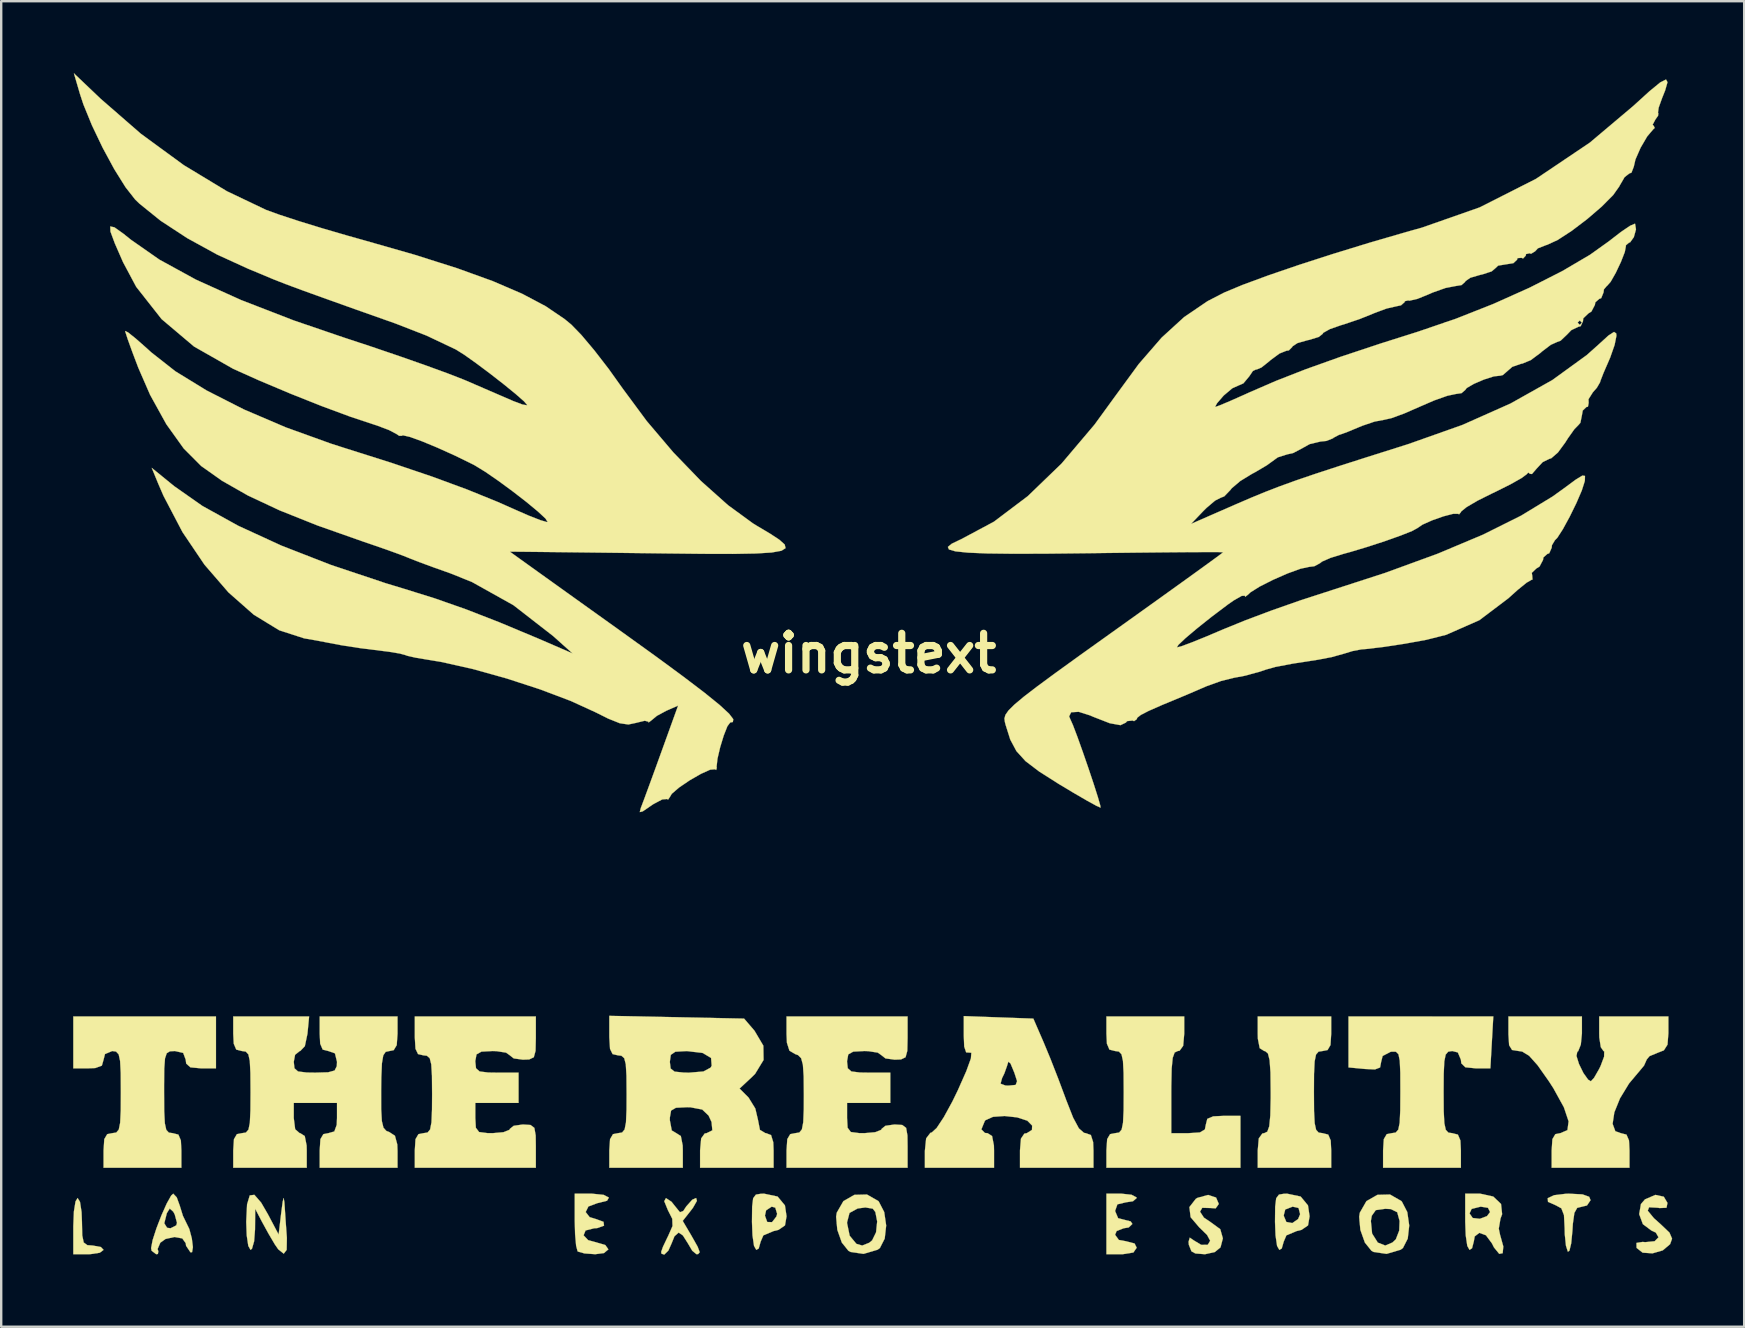
<source format=kicad_pcb>
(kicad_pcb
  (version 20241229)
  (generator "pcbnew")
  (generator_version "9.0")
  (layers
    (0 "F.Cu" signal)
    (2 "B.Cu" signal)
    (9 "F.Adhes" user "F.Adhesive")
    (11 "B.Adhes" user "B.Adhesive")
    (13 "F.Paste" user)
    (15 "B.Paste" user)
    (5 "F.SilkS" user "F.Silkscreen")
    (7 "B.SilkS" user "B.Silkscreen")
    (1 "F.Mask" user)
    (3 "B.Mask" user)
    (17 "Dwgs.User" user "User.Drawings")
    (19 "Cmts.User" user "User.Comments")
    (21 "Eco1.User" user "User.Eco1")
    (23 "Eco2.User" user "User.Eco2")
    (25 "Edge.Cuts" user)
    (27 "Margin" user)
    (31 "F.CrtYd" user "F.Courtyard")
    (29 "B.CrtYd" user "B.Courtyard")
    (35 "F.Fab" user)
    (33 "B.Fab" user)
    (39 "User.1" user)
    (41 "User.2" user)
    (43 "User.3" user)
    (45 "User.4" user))
  (footprint "wingstext"
    (layer "F.Cu")
    (at 33.151 24.177)
    (property "Reference" "wingstext" (at 0 0 0) (layer "F.SilkS") (effects (font (size 1.524 1.524) (thickness 0.3))))
    (attr through_hole)
    (fp_poly (pts (xy -32.867 22.861) (xy -32.802 23.281) (xy -32.786 23.689) (xy -32.774 24.256) (xy -32.712 24.552) (xy -32.56 24.663) (xy -32.335 24.679) (xy -31.997 24.741) (xy -31.885 24.86) (xy -32.043 24.979) (xy -32.433 25.038) (xy -32.516 25.04) (xy -33.146 25.04) (xy -33.146 23.869) (xy -33.121 23.257) (xy -33.053 22.838) (xy -32.966 22.698) (xy -32.867 22.861)) (stroke (width 0.01) (type solid)) (fill yes) (layer "F.SilkS"))
    (fp_poly (pts (xy 29.749 22.547) (xy 30.026 22.647) (xy 30.084 22.788) (xy 29.934 23.009) (xy 29.732 23.058) (xy 29.527 23.109) (xy 29.409 23.317) (xy 29.346 23.766) (xy 29.327 24.065) (xy 29.277 24.585) (xy 29.202 24.895) (xy 29.138 24.936) (xy 29.058 24.688) (xy 29.009 24.216) (xy 29.003 23.95) (xy 28.975 23.41) (xy 28.866 23.128) (xy 28.643 23.006) (xy 28.31 22.859) (xy 28.297 22.706) (xy 28.564 22.581) (xy 29.072 22.519) (xy 29.183 22.518) (xy 29.749 22.547)) (stroke (width 0.01) (type solid)) (fill yes) (layer "F.SilkS"))
    (fp_poly (pts (xy 10.955 22.563) (xy 11.163 22.674) (xy 11.169 22.698) (xy 11.015 22.833) (xy 10.718 22.878) (xy 10.365 22.962) (xy 10.268 23.238) (xy 10.395 23.539) (xy 10.628 23.599) (xy 10.921 23.674) (xy 10.989 23.779) (xy 10.838 23.925) (xy 10.628 23.959) (xy 10.335 24.072) (xy 10.268 24.229) (xy 10.425 24.446) (xy 10.718 24.499) (xy 11.081 24.593) (xy 11.169 24.77) (xy 11.032 24.969) (xy 10.596 25.039) (xy 10.538 25.04) (xy 9.908 25.04) (xy 9.908 22.518) (xy 10.538 22.518) (xy 10.955 22.563)) (stroke (width 0.01) (type solid)) (fill yes) (layer "F.SilkS"))
    (fp_poly (pts (xy -25.319 22.888) (xy -25.039 23.37) (xy -24.589 24.222) (xy -24.483 23.325) (xy -24.419 22.843) (xy -24.379 22.699) (xy -24.35 22.872) (xy -24.337 23.058) (xy -24.294 23.7) (xy -24.246 24.361) (xy -24.246 24.364) (xy -24.255 24.86) (xy -24.377 25.019) (xy -24.606 24.836) (xy -24.746 24.634) (xy -25.017 24.174) (xy -25.283 23.689) (xy -25.566 23.148) (xy -25.573 24.004) (xy -25.611 24.503) (xy -25.7 24.811) (xy -25.76 24.86) (xy -25.854 24.694) (xy -25.919 24.256) (xy -25.94 23.689) (xy -25.905 22.964) (xy -25.793 22.59) (xy -25.6 22.565) (xy -25.319 22.888)) (stroke (width 0.01) (type solid)) (fill yes) (layer "F.SilkS"))
    (fp_poly (pts (xy -11.044 22.567) (xy -10.826 22.681) (xy -10.903 22.812) (xy -11.302 22.911) (xy -11.304 22.911) (xy -11.68 23.051) (xy -11.794 23.283) (xy -11.629 23.495) (xy -11.394 23.566) (xy -11.05 23.69) (xy -11.029 23.851) (xy -11.32 23.954) (xy -11.439 23.959) (xy -11.799 24.051) (xy -11.881 24.253) (xy -11.691 24.454) (xy -11.408 24.532) (xy -10.974 24.658) (xy -10.848 24.839) (xy -11.032 24.993) (xy -11.394 25.04) (xy -11.844 25.008) (xy -12.118 24.929) (xy -12.13 24.92) (xy -12.192 24.689) (xy -12.235 24.208) (xy -12.25 23.659) (xy -12.25 22.518) (xy -11.529 22.518) (xy -11.044 22.567)) (stroke (width 0.01) (type solid)) (fill yes) (layer "F.SilkS"))
    (fp_poly (pts (xy -3.796 22.637) (xy -3.49 23.006) (xy -3.423 23.459) (xy -3.488 23.84) (xy -3.757 24.025) (xy -3.963 24.076) (xy -4.39 24.255) (xy -4.504 24.522) (xy -4.583 24.802) (xy -4.684 24.86) (xy -4.778 24.694) (xy -4.842 24.256) (xy -4.864 23.689) (xy -4.861 23.433) (xy -4.323 23.433) (xy -4.228 23.698) (xy -4.028 23.704) (xy -3.847 23.472) (xy -3.815 23.358) (xy -3.892 23.101) (xy -4.04 23.058) (xy -4.274 23.21) (xy -4.323 23.433) (xy -4.861 23.433) (xy -4.857 23.06) (xy -4.815 22.709) (xy -4.7 22.556) (xy -4.48 22.519) (xy -4.359 22.518) (xy -3.796 22.637)) (stroke (width 0.01) (type solid)) (fill yes) (layer "F.SilkS"))
    (fp_poly (pts (xy 18.002 22.637) (xy 18.307 23.006) (xy 18.374 23.459) (xy 18.309 23.84) (xy 18.04 24.025) (xy 17.834 24.076) (xy 17.407 24.255) (xy 17.294 24.522) (xy 17.214 24.802) (xy 17.113 24.86) (xy 17.019 24.694) (xy 16.955 24.256) (xy 16.933 23.689) (xy 16.936 23.432) (xy 17.294 23.432) (xy 17.407 23.699) (xy 17.654 23.742) (xy 17.895 23.576) (xy 17.98 23.371) (xy 17.914 23.115) (xy 17.667 23.058) (xy 17.359 23.177) (xy 17.294 23.432) (xy 16.936 23.432) (xy 16.94 23.06) (xy 16.982 22.709) (xy 17.097 22.556) (xy 17.317 22.519) (xy 17.438 22.518) (xy 18.002 22.637)) (stroke (width 0.01) (type solid)) (fill yes) (layer "F.SilkS"))
    (fp_poly (pts (xy 33.135 22.644) (xy 33.288 22.902) (xy 33.248 23.104) (xy 32.961 23.117) (xy 32.885 23.104) (xy 32.521 23.084) (xy 32.467 23.228) (xy 32.724 23.54) (xy 33.011 23.797) (xy 33.373 24.142) (xy 33.48 24.393) (xy 33.398 24.621) (xy 33.093 24.88) (xy 32.664 25.004) (xy 32.253 24.976) (xy 32.005 24.781) (xy 32.001 24.773) (xy 31.996 24.57) (xy 32.253 24.528) (xy 32.365 24.538) (xy 32.753 24.499) (xy 32.915 24.336) (xy 32.803 24.14) (xy 32.616 24.052) (xy 32.263 23.787) (xy 32.109 23.37) (xy 32.183 22.949) (xy 32.35 22.755) (xy 32.785 22.568) (xy 33.135 22.644)) (stroke (width 0.01) (type solid)) (fill yes) (layer "F.SilkS"))
    (fp_poly (pts (xy 14.477 22.679) (xy 14.591 22.946) (xy 14.46 23.129) (xy 14.252 23.116) (xy 13.901 23.106) (xy 13.807 23.268) (xy 13.971 23.516) (xy 14.225 23.686) (xy 14.652 23.998) (xy 14.76 24.38) (xy 14.662 24.755) (xy 14.426 24.949) (xy 14.016 25.041) (xy 13.613 25.009) (xy 13.451 24.92) (xy 13.342 24.65) (xy 13.33 24.523) (xy 13.381 24.349) (xy 13.547 24.463) (xy 13.858 24.651) (xy 14.132 24.646) (xy 14.231 24.48) (xy 14.102 24.239) (xy 13.79 23.934) (xy 13.781 23.927) (xy 13.416 23.498) (xy 13.365 23.077) (xy 13.632 22.733) (xy 13.705 22.69) (xy 14.146 22.57) (xy 14.477 22.679)) (stroke (width 0.01) (type solid)) (fill yes) (layer "F.SilkS"))
    (fp_poly (pts (xy 22.197 22.823) (xy 22.22 22.847) (xy 22.446 23.285) (xy 22.526 23.844) (xy 22.465 24.389) (xy 22.265 24.781) (xy 22.169 24.853) (xy 21.583 25.026) (xy 21.045 24.948) (xy 20.953 24.898) (xy 20.678 24.556) (xy 20.49 24.026) (xy 20.456 23.655) (xy 20.928 23.655) (xy 20.979 24.179) (xy 21.217 24.556) (xy 21.527 24.679) (xy 21.825 24.553) (xy 21.968 24.42) (xy 22.109 24.056) (xy 22.125 23.655) (xy 22.026 23.291) (xy 21.761 23.16) (xy 21.527 23.148) (xy 21.133 23.203) (xy 20.966 23.437) (xy 20.928 23.655) (xy 20.456 23.655) (xy 20.441 23.478) (xy 20.467 23.311) (xy 20.743 22.828) (xy 21.201 22.566) (xy 21.725 22.553) (xy 22.197 22.823)) (stroke (width 0.01) (type solid)) (fill yes) (layer "F.SilkS"))
    (fp_poly (pts (xy 26.028 22.637) (xy 26.352 22.946) (xy 26.398 23.373) (xy 26.33 23.554) (xy 26.258 23.974) (xy 26.311 24.229) (xy 26.447 24.717) (xy 26.421 24.998) (xy 26.277 25.026) (xy 26.057 24.756) (xy 25.973 24.589) (xy 25.722 24.25) (xy 25.448 24.15) (xy 25.255 24.299) (xy 25.22 24.499) (xy 25.144 24.792) (xy 25.04 24.86) (xy 24.946 24.694) (xy 24.881 24.256) (xy 24.86 23.689) (xy 24.86 23.341) (xy 25.04 23.341) (xy 25.173 23.531) (xy 25.468 23.565) (xy 25.766 23.453) (xy 25.896 23.283) (xy 25.808 23.107) (xy 25.505 23.058) (xy 25.127 23.153) (xy 25.04 23.341) (xy 24.86 23.341) (xy 24.86 22.518) (xy 25.484 22.518) (xy 26.028 22.637)) (stroke (width 0.01) (type solid)) (fill yes) (layer "F.SilkS"))
    (fp_poly (pts (xy -7.158 22.817) (xy -7.326 23.111) (xy -7.375 23.175) (xy -7.75 23.652) (xy -7.388 24.266) (xy -7.128 24.726) (xy -7.041 24.957) (xy -7.106 25.034) (xy -7.177 25.04) (xy -7.354 24.894) (xy -7.533 24.589) (xy -7.743 24.258) (xy -7.919 24.139) (xy -8.093 24.292) (xy -8.213 24.589) (xy -8.348 24.89) (xy -8.521 25.058) (xy -8.637 25.016) (xy -8.647 24.941) (xy -8.572 24.729) (xy -8.388 24.342) (xy -8.356 24.279) (xy -8.175 23.867) (xy -8.185 23.564) (xy -8.366 23.207) (xy -8.52 22.831) (xy -8.448 22.702) (xy -8.217 22.854) (xy -8.063 23.047) (xy -7.866 23.29) (xy -7.726 23.237) (xy -7.601 23.047) (xy -7.353 22.77) (xy -7.191 22.698) (xy -7.158 22.817)) (stroke (width 0.01) (type solid)) (fill yes) (layer "F.SilkS"))
    (fp_poly (pts (xy 0.4 22.823) (xy 0.422 22.847) (xy 0.648 23.285) (xy 0.729 23.844) (xy 0.668 24.389) (xy 0.468 24.781) (xy 0.372 24.853) (xy -0.214 25.026) (xy -0.752 24.948) (xy -0.844 24.898) (xy -1.119 24.556) (xy -1.307 24.026) (xy -1.333 23.746) (xy -0.901 23.746) (xy -0.792 24.27) (xy -0.512 24.608) (xy -0.27 24.679) (xy 0.021 24.564) (xy 0.144 24.463) (xy 0.308 24.126) (xy 0.354 23.675) (xy 0.278 23.281) (xy 0.17 23.142) (xy -0.138 23.092) (xy -0.461 23.135) (xy -0.799 23.32) (xy -0.9 23.708) (xy -0.901 23.746) (xy -1.333 23.746) (xy -1.357 23.478) (xy -1.331 23.311) (xy -1.054 22.828) (xy -0.596 22.566) (xy -0.072 22.553) (xy 0.4 22.823)) (stroke (width 0.01) (type solid)) (fill yes) (layer "F.SilkS"))
    (fp_poly (pts (xy 19.275 15.852) (xy 19.245 16.324) (xy 19.123 16.532) (xy 18.915 16.573) (xy 18.747 16.599) (xy 18.642 16.721) (xy 18.584 17.006) (xy 18.559 17.521) (xy 18.555 18.284) (xy 18.56 19.08) (xy 18.586 19.582) (xy 18.646 19.857) (xy 18.754 19.973) (xy 18.915 19.996) (xy 19.151 20.056) (xy 19.255 20.3) (xy 19.275 20.716) (xy 19.275 21.437) (xy 16.213 21.437) (xy 16.213 20.716) (xy 16.257 20.215) (xy 16.405 20.009) (xy 16.483 19.996) (xy 16.612 19.934) (xy 16.693 19.71) (xy 16.737 19.263) (xy 16.753 18.533) (xy 16.753 18.284) (xy 16.744 17.469) (xy 16.708 16.952) (xy 16.638 16.675) (xy 16.522 16.577) (xy 16.483 16.573) (xy 16.295 16.454) (xy 16.218 16.06) (xy 16.213 15.852) (xy 16.213 15.132) (xy 19.275 15.132) (xy 19.275 15.852)) (stroke (width 0.01) (type solid)) (fill yes) (layer "F.SilkS"))
    (fp_poly (pts (xy -28.835 22.672) (xy -28.711 23.013) (xy -28.578 23.442) (xy -28.458 23.689) (xy -28.311 23.991) (xy -28.207 24.383) (xy -28.162 24.746) (xy -28.197 24.957) (xy -28.263 24.962) (xy -28.447 24.689) (xy -28.462 24.579) (xy -28.605 24.382) (xy -28.934 24.324) (xy -29.303 24.405) (xy -29.52 24.561) (xy -29.634 24.824) (xy -29.602 24.921) (xy -29.621 25.03) (xy -29.693 25.04) (xy -29.883 24.896) (xy -29.904 24.786) (xy -29.841 24.454) (xy -29.682 23.962) (xy -29.601 23.752) (xy -29.355 23.752) (xy -29.237 23.939) (xy -29.093 23.959) (xy -28.855 23.838) (xy -28.825 23.734) (xy -28.919 23.384) (xy -28.981 23.268) (xy -29.128 23.137) (xy -29.248 23.328) (xy -29.355 23.752) (xy -29.601 23.752) (xy -29.471 23.417) (xy -29.252 22.926) (xy -29.067 22.596) (xy -28.981 22.518) (xy -28.835 22.672)) (stroke (width 0.01) (type solid)) (fill yes) (layer "F.SilkS"))
    (fp_poly (pts (xy 13.15 15.852) (xy 13.106 16.354) (xy 12.958 16.56) (xy 12.88 16.573) (xy 12.751 16.634) (xy 12.67 16.858) (xy 12.626 17.305) (xy 12.611 18.036) (xy 12.61 18.284) (xy 12.61 19.996) (xy 13.33 19.996) (xy 13.802 19.966) (xy 14.01 19.843) (xy 14.051 19.635) (xy 14.111 19.4) (xy 14.356 19.296) (xy 14.772 19.275) (xy 15.492 19.275) (xy 15.492 21.437) (xy 9.908 21.437) (xy 9.908 20.716) (xy 9.938 20.245) (xy 10.06 20.037) (xy 10.268 19.996) (xy 10.436 19.97) (xy 10.541 19.848) (xy 10.599 19.563) (xy 10.624 19.048) (xy 10.628 18.284) (xy 10.623 17.489) (xy 10.597 16.987) (xy 10.537 16.712) (xy 10.429 16.596) (xy 10.268 16.573) (xy 10.032 16.513) (xy 9.928 16.268) (xy 9.908 15.852) (xy 9.908 15.132) (xy 13.15 15.132) (xy 13.15 15.852)) (stroke (width 0.01) (type solid)) (fill yes) (layer "F.SilkS"))
    (fp_poly (pts (xy -27.201 17.294) (xy -27.832 17.294) (xy -28.266 17.253) (xy -28.442 17.096) (xy -28.462 16.933) (xy -28.568 16.651) (xy -28.913 16.573) (xy -29.121 16.585) (xy -29.253 16.666) (xy -29.325 16.882) (xy -29.356 17.303) (xy -29.363 17.995) (xy -29.363 18.284) (xy -29.358 19.08) (xy -29.332 19.582) (xy -29.272 19.857) (xy -29.164 19.973) (xy -29.003 19.996) (xy -28.767 20.056) (xy -28.663 20.3) (xy -28.643 20.716) (xy -28.643 21.437) (xy -31.885 21.437) (xy -31.885 20.716) (xy -31.855 20.245) (xy -31.733 20.037) (xy -31.525 19.996) (xy -31.357 19.97) (xy -31.252 19.848) (xy -31.194 19.563) (xy -31.169 19.048) (xy -31.165 18.284) (xy -31.17 17.489) (xy -31.196 16.987) (xy -31.256 16.712) (xy -31.364 16.596) (xy -31.525 16.573) (xy -31.826 16.7) (xy -31.885 16.933) (xy -31.956 17.182) (xy -32.231 17.282) (xy -32.516 17.294) (xy -33.146 17.294) (xy -33.146 15.132) (xy -27.201 15.132) (xy -27.201 17.294)) (stroke (width 0.01) (type solid)) (fill yes) (layer "F.SilkS"))
    (fp_poly (pts (xy 25.969 16.212) (xy 25.908 17.294) (xy 25.294 17.294) (xy 24.866 17.251) (xy 24.697 17.086) (xy 24.679 16.933) (xy 24.552 16.632) (xy 24.319 16.573) (xy 24.152 16.599) (xy 24.046 16.721) (xy 23.988 17.006) (xy 23.964 17.521) (xy 23.959 18.284) (xy 23.964 19.08) (xy 23.99 19.582) (xy 24.05 19.857) (xy 24.158 19.973) (xy 24.319 19.996) (xy 24.555 20.056) (xy 24.659 20.3) (xy 24.679 20.716) (xy 24.679 21.437) (xy 21.437 21.437) (xy 21.437 20.716) (xy 21.467 20.245) (xy 21.589 20.037) (xy 21.797 19.996) (xy 21.964 19.97) (xy 22.07 19.849) (xy 22.128 19.565) (xy 22.152 19.052) (xy 22.157 18.272) (xy 22.154 17.476) (xy 22.132 16.976) (xy 22.077 16.706) (xy 21.973 16.602) (xy 21.804 16.599) (xy 21.752 16.606) (xy 21.418 16.779) (xy 21.356 17.025) (xy 21.312 17.258) (xy 21.099 17.34) (xy 20.681 17.321) (xy 19.996 17.256) (xy 19.996 15.132) (xy 23.013 15.132) (xy 26.03 15.131) (xy 25.969 16.212)) (stroke (width 0.01) (type solid)) (fill yes) (layer "F.SilkS"))
    (fp_poly (pts (xy 1.621 16.033) (xy 1.609 16.566) (xy 1.537 16.832) (xy 1.348 16.923) (xy 1.081 16.933) (xy 0.701 16.881) (xy 0.54 16.755) (xy 0.54 16.753) (xy 0.381 16.64) (xy -0.019 16.578) (xy -0.18 16.573) (xy -0.644 16.598) (xy -0.851 16.714) (xy -0.9 16.984) (xy -0.901 17.023) (xy -0.872 17.291) (xy -0.722 17.424) (xy -0.361 17.469) (xy 0 17.474) (xy 0.901 17.474) (xy 0.901 18.735) (xy -0.901 18.735) (xy -0.901 19.365) (xy -0.879 19.769) (xy -0.744 19.948) (xy -0.393 19.994) (xy -0.18 19.996) (xy 0.271 19.956) (xy 0.522 19.856) (xy 0.54 19.816) (xy 0.697 19.689) (xy 1.074 19.635) (xy 1.081 19.635) (xy 1.401 19.655) (xy 1.56 19.776) (xy 1.615 20.091) (xy 1.621 20.536) (xy 1.621 21.437) (xy -3.423 21.437) (xy -3.423 20.716) (xy -3.392 20.245) (xy -3.27 20.037) (xy -3.062 19.996) (xy -2.89 19.968) (xy -2.784 19.84) (xy -2.727 19.542) (xy -2.705 19.005) (xy -2.702 18.395) (xy -2.709 17.625) (xy -2.742 17.142) (xy -2.815 16.872) (xy -2.944 16.743) (xy -3.062 16.701) (xy -3.303 16.558) (xy -3.407 16.23) (xy -3.423 15.869) (xy -3.423 15.132) (xy 1.621 15.132) (xy 1.621 16.033)) (stroke (width 0.01) (type solid)) (fill yes) (layer "F.SilkS"))
    (fp_poly (pts (xy 29.723 15.837) (xy 29.678 16.302) (xy 29.567 16.581) (xy 29.529 16.608) (xy 29.496 16.777) (xy 29.601 17.114) (xy 29.784 17.488) (xy 29.982 17.766) (xy 30.095 17.833) (xy 30.23 17.688) (xy 30.438 17.325) (xy 30.498 17.204) (xy 30.647 16.808) (xy 30.653 16.588) (xy 30.621 16.573) (xy 30.51 16.413) (xy 30.448 16.014) (xy 30.444 15.852) (xy 30.444 15.132) (xy 33.326 15.132) (xy 33.326 15.833) (xy 33.29 16.307) (xy 33.139 16.544) (xy 32.876 16.647) (xy 32.539 16.787) (xy 32.426 16.924) (xy 32.312 17.179) (xy 32.19 17.326) (xy 31.689 17.923) (xy 31.31 18.545) (xy 31.074 19.128) (xy 31.002 19.606) (xy 31.115 19.914) (xy 31.345 19.996) (xy 31.58 20.056) (xy 31.685 20.3) (xy 31.705 20.716) (xy 31.705 21.437) (xy 28.462 21.437) (xy 28.462 20.716) (xy 28.493 20.245) (xy 28.615 20.037) (xy 28.823 19.996) (xy 29.119 19.87) (xy 29.168 19.504) (xy 28.971 18.916) (xy 28.533 18.122) (xy 28.346 17.832) (xy 27.877 17.167) (xy 27.524 16.772) (xy 27.234 16.595) (xy 27.085 16.573) (xy 26.811 16.529) (xy 26.689 16.33) (xy 26.661 15.877) (xy 26.661 15.852) (xy 26.661 15.132) (xy 29.723 15.132) (xy 29.723 15.837)) (stroke (width 0.01) (type solid)) (fill yes) (layer "F.SilkS"))
    (fp_poly (pts (xy -13.871 16.033) (xy -13.883 16.566) (xy -13.955 16.832) (xy -14.144 16.923) (xy -14.411 16.933) (xy -14.791 16.881) (xy -14.952 16.755) (xy -14.952 16.753) (xy -15.112 16.64) (xy -15.511 16.578) (xy -15.672 16.573) (xy -16.137 16.598) (xy -16.343 16.714) (xy -16.393 16.984) (xy -16.393 17.023) (xy -16.364 17.291) (xy -16.215 17.424) (xy -15.854 17.469) (xy -15.492 17.474) (xy -14.591 17.474) (xy -14.591 18.735) (xy -16.393 18.735) (xy -16.393 19.365) (xy -16.371 19.769) (xy -16.236 19.948) (xy -15.885 19.994) (xy -15.672 19.996) (xy -15.221 19.956) (xy -14.97 19.856) (xy -14.952 19.816) (xy -14.795 19.689) (xy -14.418 19.635) (xy -14.411 19.635) (xy -14.091 19.655) (xy -13.932 19.776) (xy -13.877 20.091) (xy -13.871 20.536) (xy -13.871 21.437) (xy -18.915 21.437) (xy -18.915 20.716) (xy -18.885 20.245) (xy -18.763 20.037) (xy -18.555 19.996) (xy -18.383 19.969) (xy -18.277 19.842) (xy -18.22 19.546) (xy -18.198 19.014) (xy -18.194 18.374) (xy -18.2 17.604) (xy -18.229 17.126) (xy -18.294 16.87) (xy -18.413 16.769) (xy -18.555 16.753) (xy -18.78 16.7) (xy -18.886 16.48) (xy -18.915 16.001) (xy -18.915 15.943) (xy -18.915 15.132) (xy -13.871 15.132) (xy -13.871 16.033)) (stroke (width 0.01) (type solid)) (fill yes) (layer "F.SilkS"))
    (fp_poly (pts (xy 5.412 15.17) (xy 6.862 15.222) (xy 7.292 16.213) (xy 7.572 16.889) (xy 7.901 17.73) (xy 8.211 18.559) (xy 8.225 18.6) (xy 8.52 19.35) (xy 8.76 19.796) (xy 8.973 19.983) (xy 9.048 19.996) (xy 9.26 20.074) (xy 9.353 20.366) (xy 9.367 20.716) (xy 9.367 21.437) (xy 6.305 21.437) (xy 6.305 20.716) (xy 6.346 20.223) (xy 6.487 20.015) (xy 6.588 19.996) (xy 6.804 19.861) (xy 6.812 19.68) (xy 6.611 19.476) (xy 6.185 19.338) (xy 5.665 19.281) (xy 5.182 19.315) (xy 4.866 19.455) (xy 4.839 19.489) (xy 4.696 19.837) (xy 4.844 19.987) (xy 4.954 19.996) (xy 5.142 20.115) (xy 5.219 20.509) (xy 5.224 20.716) (xy 5.224 21.437) (xy 2.342 21.437) (xy 2.342 20.73) (xy 2.395 20.213) (xy 2.571 19.983) (xy 2.632 19.964) (xy 2.832 19.781) (xy 3.13 19.331) (xy 3.486 18.68) (xy 3.709 18.222) (xy 3.837 17.934) (xy 5.495 17.934) (xy 5.702 18.011) (xy 5.833 18.014) (xy 6.126 17.985) (xy 6.184 17.828) (xy 6.072 17.481) (xy 5.911 17.094) (xy 5.82 17.016) (xy 5.762 17.204) (xy 5.655 17.504) (xy 5.56 17.699) (xy 5.495 17.934) (xy 3.837 17.934) (xy 4.068 17.412) (xy 4.26 16.882) (xy 4.279 16.646) (xy 4.229 16.64) (xy 4.062 16.63) (xy 3.981 16.388) (xy 3.963 15.93) (xy 3.963 15.117) (xy 5.412 15.17)) (stroke (width 0.01) (type solid)) (fill yes) (layer "F.SilkS"))
    (fp_poly (pts (xy -5.192 15.222) (xy -4.758 15.727) (xy -4.39 16.35) (xy -4.381 16.946) (xy -4.732 17.523) (xy -4.852 17.643) (xy -5.381 18.137) (xy -5.007 18.511) (xy -4.725 18.968) (xy -4.614 19.44) (xy -4.532 19.858) (xy -4.303 19.995) (xy -4.278 19.995) (xy -4.068 20.076) (xy -3.976 20.375) (xy -3.963 20.716) (xy -3.963 21.437) (xy -7.026 21.437) (xy -7.026 20.716) (xy -6.981 20.215) (xy -6.833 20.009) (xy -6.755 19.996) (xy -6.515 19.879) (xy -6.548 19.531) (xy -6.672 19.263) (xy -6.937 19.011) (xy -7.428 18.918) (xy -7.572 18.915) (xy -8.032 18.937) (xy -8.235 19.055) (xy -8.286 19.347) (xy -8.287 19.455) (xy -8.206 19.884) (xy -8.016 19.996) (xy -7.828 20.115) (xy -7.751 20.509) (xy -7.746 20.716) (xy -7.746 21.437) (xy -10.809 21.437) (xy -10.809 20.716) (xy -10.778 20.245) (xy -10.656 20.037) (xy -10.448 19.996) (xy -10.277 19.969) (xy -10.171 19.842) (xy -10.114 19.546) (xy -10.091 19.014) (xy -10.088 18.374) (xy -10.094 17.604) (xy -10.122 17.126) (xy -10.148 17.023) (xy -8.287 17.023) (xy -8.253 17.301) (xy -8.089 17.432) (xy -7.698 17.472) (xy -7.47 17.474) (xy -6.886 17.425) (xy -6.589 17.266) (xy -6.543 17.185) (xy -6.568 16.862) (xy -6.916 16.655) (xy -7.566 16.576) (xy -7.611 16.576) (xy -8.056 16.602) (xy -8.247 16.733) (xy -8.287 17.023) (xy -10.148 17.023) (xy -10.188 16.87) (xy -10.306 16.769) (xy -10.448 16.753) (xy -10.672 16.701) (xy -10.779 16.484) (xy -10.808 16.01) (xy -10.809 15.93) (xy -10.809 15.107) (xy -5.192 15.222)) (stroke (width 0.01) (type solid)) (fill yes) (layer "F.SilkS"))
    (fp_poly (pts (xy -23.388 15.852) (xy -23.497 16.371) (xy -23.688 16.572) (xy -23.708 16.573) (xy -23.904 16.73) (xy -23.959 17.023) (xy -23.93 17.291) (xy -23.781 17.424) (xy -23.42 17.469) (xy -23.058 17.474) (xy -22.524 17.459) (xy -22.257 17.385) (xy -22.166 17.204) (xy -22.157 17.023) (xy -22.242 16.67) (xy -22.518 16.573) (xy -22.753 16.513) (xy -22.858 16.268) (xy -22.878 15.852) (xy -22.878 15.132) (xy -19.635 15.132) (xy -19.635 15.852) (xy -19.668 16.328) (xy -19.794 16.537) (xy -19.97 16.573) (xy -20.129 16.607) (xy -20.229 16.755) (xy -20.285 17.083) (xy -20.31 17.659) (xy -20.317 18.215) (xy -20.316 18.998) (xy -20.288 19.492) (xy -20.22 19.77) (xy -20.098 19.904) (xy -19.983 19.947) (xy -19.743 20.103) (xy -19.645 20.466) (xy -19.635 20.737) (xy -19.635 21.437) (xy -22.878 21.437) (xy -22.878 20.716) (xy -22.848 20.245) (xy -22.726 20.037) (xy -22.518 19.996) (xy -22.269 19.925) (xy -22.169 19.65) (xy -22.157 19.365) (xy -22.157 18.735) (xy -23.959 18.735) (xy -23.959 19.365) (xy -23.9 19.832) (xy -23.713 19.995) (xy -23.689 19.996) (xy -23.501 20.115) (xy -23.423 20.509) (xy -23.418 20.716) (xy -23.418 21.437) (xy -26.481 21.437) (xy -26.481 20.716) (xy -26.451 20.245) (xy -26.329 20.037) (xy -26.121 19.996) (xy -25.953 19.97) (xy -25.847 19.848) (xy -25.789 19.563) (xy -25.765 19.048) (xy -25.76 18.284) (xy -25.766 17.489) (xy -25.791 16.987) (xy -25.851 16.712) (xy -25.96 16.596) (xy -26.121 16.573) (xy -26.356 16.513) (xy -26.46 16.268) (xy -26.481 15.852) (xy -26.481 15.132) (xy -23.319 15.132) (xy -23.388 15.852)) (stroke (width 0.01) (type solid)) (fill yes) (layer "F.SilkS"))
    (fp_poly (pts (xy -32.008 -23.112) (xy -30.331 -21.653) (xy -28.547 -20.348) (xy -26.743 -19.257) (xy -25.108 -18.478) (xy -24.556 -18.278) (xy -23.744 -18.012) (xy -22.757 -17.709) (xy -21.683 -17.396) (xy -21.012 -17.208) (xy -18.915 -16.608) (xy -17.144 -16.046) (xy -15.665 -15.511) (xy -14.448 -14.988) (xy -13.461 -14.466) (xy -12.673 -13.931) (xy -12.393 -13.7) (xy -11.976 -13.271) (xy -11.434 -12.627) (xy -10.837 -11.855) (xy -10.259 -11.045) (xy -9.251 -9.682) (xy -8.14 -8.373) (xy -6.99 -7.182) (xy -5.862 -6.175) (xy -4.82 -5.414) (xy -4.642 -5.305) (xy -4.113 -4.991) (xy -3.725 -4.736) (xy -3.5 -4.536) (xy -3.463 -4.384) (xy -3.636 -4.275) (xy -4.044 -4.202) (xy -4.708 -4.161) (xy -5.654 -4.144) (xy -6.904 -4.147) (xy -8.482 -4.164) (xy -9.187 -4.173) (xy -10.587 -4.19) (xy -11.864 -4.205) (xy -12.976 -4.218) (xy -13.88 -4.228) (xy -14.534 -4.235) (xy -14.894 -4.237) (xy -14.952 -4.237) (xy -14.811 -4.134) (xy -14.412 -3.847) (xy -13.789 -3.4) (xy -12.978 -2.819) (xy -12.013 -2.128) (xy -10.929 -1.353) (xy -10.298 -0.901) (xy -8.871 0.126) (xy -7.726 0.968) (xy -6.848 1.636) (xy -6.218 2.146) (xy -5.822 2.511) (xy -5.642 2.745) (xy -5.661 2.862) (xy -5.771 2.882) (xy -5.888 3.038) (xy -6.04 3.424) (xy -6.19 3.916) (xy -6.301 4.39) (xy -6.338 4.723) (xy -6.33 4.774) (xy -6.358 4.863) (xy -6.398 4.831) (xy -6.605 4.848) (xy -6.994 5.023) (xy -7.459 5.291) (xy -7.897 5.588) (xy -8.204 5.852) (xy -8.287 5.99) (xy -8.361 6.098) (xy -8.401 6.07) (xy -8.606 6.089) (xy -8.969 6.281) (xy -9.065 6.346) (xy -9.415 6.585) (xy -9.539 6.616) (xy -9.497 6.444) (xy -9.474 6.386) (xy -9.358 6.079) (xy -9.152 5.519) (xy -8.885 4.788) (xy -8.638 4.106) (xy -7.942 2.177) (xy -8.43 2.391) (xy -8.827 2.605) (xy -9.049 2.789) (xy -9.171 2.882) (xy -9.184 2.847) (xy -9.332 2.809) (xy -9.684 2.894) (xy -9.692 2.897) (xy -10.016 2.965) (xy -10.372 2.913) (xy -10.861 2.717) (xy -11.362 2.466) (xy -12.403 1.989) (xy -13.685 1.504) (xy -15.089 1.046) (xy -16.498 0.653) (xy -17.795 0.362) (xy -18.371 0.266) (xy -18.884 0.18) (xy -19.235 0.1) (xy -19.301 0.074) (xy -19.543 0.008) (xy -20.002 -0.068) (xy -20.206 -0.093) (xy -21.201 -0.218) (xy -21.975 -0.338) (xy -22.459 -0.43) (xy -23.034 -0.54) (xy -23.527 -0.625) (xy -24.564 -0.961) (xy -25.627 -1.611) (xy -26.678 -2.537) (xy -27.681 -3.697) (xy -28.596 -5.053) (xy -29.388 -6.565) (xy -29.603 -7.062) (xy -29.878 -7.73) (xy -28.942 -6.967) (xy -27.767 -6.143) (xy -26.266 -5.313) (xy -24.473 -4.489) (xy -22.421 -3.689) (xy -20.143 -2.927) (xy -19.365 -2.691) (xy -18.071 -2.287) (xy -16.778 -1.833) (xy -15.387 -1.292) (xy -13.799 -0.628) (xy -13.421 -0.465) (xy -12.34 0.004) (xy -13.15 -0.721) (xy -14.806 -2.008) (xy -16.529 -2.971) (xy -17.431 -3.334) (xy -18.132 -3.583) (xy -18.737 -3.806) (xy -19.135 -3.962) (xy -19.185 -3.983) (xy -19.515 -4.113) (xy -20.084 -4.319) (xy -20.791 -4.564) (xy -21.077 -4.661) (xy -22.969 -5.328) (xy -24.55 -5.959) (xy -25.861 -6.573) (xy -26.948 -7.192) (xy -27.815 -7.805) (xy -28.544 -8.536) (xy -29.27 -9.55) (xy -29.945 -10.771) (xy -30.438 -11.903) (xy -30.688 -12.563) (xy -30.878 -13.089) (xy -30.977 -13.395) (xy -30.984 -13.434) (xy -30.864 -13.375) (xy -30.543 -13.118) (xy -30.082 -12.712) (xy -29.9 -12.545) (xy -28.893 -11.754) (xy -27.584 -10.951) (xy -26.03 -10.161) (xy -24.285 -9.415) (xy -22.407 -8.738) (xy -21.841 -8.557) (xy -19.863 -7.93) (xy -18.179 -7.36) (xy -16.73 -6.826) (xy -15.458 -6.309) (xy -14.788 -6.012) (xy -14.163 -5.738) (xy -13.675 -5.548) (xy -13.406 -5.471) (xy -13.38 -5.475) (xy -13.468 -5.618) (xy -13.785 -5.912) (xy -14.262 -6.307) (xy -14.833 -6.749) (xy -15.429 -7.187) (xy -15.982 -7.568) (xy -16.425 -7.839) (xy -16.483 -7.87) (xy -17.228 -8.235) (xy -17.963 -8.567) (xy -18.619 -8.839) (xy -19.126 -9.021) (xy -19.414 -9.087) (xy -19.455 -9.066) (xy -19.566 -9.065) (xy -19.68 -9.142) (xy -19.99 -9.305) (xy -20.48 -9.491) (xy -20.626 -9.538) (xy -21.6 -9.861) (xy -22.791 -10.303) (xy -24.096 -10.822) (xy -25.41 -11.376) (xy -26.481 -11.856) (xy -28.115 -12.786) (xy -29.466 -13.928) (xy -30.525 -15.274) (xy -31.074 -16.303) (xy -31.418 -17.09) (xy -31.598 -17.577) (xy -31.606 -17.79) (xy -31.432 -17.754) (xy -31.068 -17.495) (xy -30.74 -17.233) (xy -29.561 -16.409) (xy -28.032 -15.572) (xy -26.162 -14.726) (xy -23.961 -13.874) (xy -21.924 -13.178) (xy -20.713 -12.778) (xy -19.529 -12.375) (xy -18.444 -11.994) (xy -17.534 -11.662) (xy -16.874 -11.405) (xy -16.753 -11.354) (xy -16.03 -11.041) (xy -15.359 -10.751) (xy -14.869 -10.539) (xy -14.817 -10.516) (xy -14.433 -10.371) (xy -14.238 -10.338) (xy -14.231 -10.348) (xy -14.365 -10.504) (xy -14.718 -10.814) (xy -15.217 -11.22) (xy -15.788 -11.665) (xy -16.358 -12.091) (xy -16.853 -12.443) (xy -17.201 -12.661) (xy -17.204 -12.663) (xy -18.428 -13.243) (xy -19.726 -13.748) (xy -21.321 -14.312) (xy -22.599 -14.768) (xy -23.585 -15.124) (xy -24.304 -15.391) (xy -24.779 -15.577) (xy -24.86 -15.61) (xy -25.381 -15.829) (xy -25.815 -16.009) (xy -25.85 -16.023) (xy -27.146 -16.615) (xy -28.397 -17.302) (xy -29.509 -18.03) (xy -30.389 -18.74) (xy -30.569 -18.914) (xy -30.971 -19.427) (xy -31.44 -20.179) (xy -31.923 -21.071) (xy -32.369 -22.004) (xy -32.726 -22.877) (xy -32.865 -23.3) (xy -33.121 -24.172) (xy -32.008 -23.112)) (stroke (width 0.01) (type solid)) (fill yes) (layer "F.SilkS"))
    (fp_poly (pts (xy 33.289 -23.802) (xy 33.192 -23.46) (xy 33.065 -23.142) (xy 32.922 -22.743) (xy 32.892 -22.529) (xy 32.907 -22.518) (xy 32.897 -22.406) (xy 32.786 -22.248) (xy 32.67 -22.029) (xy 32.719 -21.975) (xy 32.757 -21.895) (xy 32.696 -21.839) (xy 32.443 -21.541) (xy 32.167 -21.068) (xy 31.954 -20.582) (xy 31.885 -20.283) (xy 31.789 -20.033) (xy 31.696 -19.996) (xy 31.503 -19.847) (xy 31.293 -19.486) (xy 31.284 -19.464) (xy 31.024 -19.097) (xy 30.547 -18.617) (xy 29.942 -18.097) (xy 29.301 -17.61) (xy 28.713 -17.227) (xy 28.27 -17.023) (xy 28.23 -17.013) (xy 27.89 -16.88) (xy 27.772 -16.754) (xy 27.601 -16.65) (xy 27.546 -16.673) (xy 27.393 -16.639) (xy 27.382 -16.573) (xy 27.272 -16.456) (xy 27.201 -16.483) (xy 27.035 -16.469) (xy 27.021 -16.404) (xy 26.867 -16.26) (xy 26.571 -16.213) (xy 26.232 -16.158) (xy 26.121 -16.053) (xy 25.963 -15.918) (xy 25.576 -15.792) (xy 25.49 -15.774) (xy 25.074 -15.653) (xy 24.865 -15.508) (xy 24.86 -15.484) (xy 24.707 -15.347) (xy 24.454 -15.306) (xy 24.038 -15.226) (xy 23.496 -15.034) (xy 23.332 -14.961) (xy 22.867 -14.772) (xy 22.54 -14.697) (xy 22.476 -14.707) (xy 22.341 -14.674) (xy 22.338 -14.64) (xy 22.186 -14.504) (xy 21.984 -14.461) (xy 21.581 -14.369) (xy 21.077 -14.182) (xy 21.038 -14.164) (xy 20.466 -13.934) (xy 19.807 -13.711) (xy 19.68 -13.674) (xy 19.218 -13.512) (xy 18.946 -13.359) (xy 18.915 -13.31) (xy 18.758 -13.186) (xy 18.371 -13.066) (xy 18.284 -13.048) (xy 17.869 -12.93) (xy 17.66 -12.793) (xy 17.654 -12.77) (xy 17.51 -12.624) (xy 17.41 -12.61) (xy 17.122 -12.496) (xy 16.742 -12.216) (xy 16.701 -12.178) (xy 16.372 -11.915) (xy 16.164 -11.826) (xy 16.148 -11.834) (xy 16.011 -11.766) (xy 15.861 -11.545) (xy 15.615 -11.251) (xy 15.427 -11.169) (xy 15.154 -11.047) (xy 14.803 -10.751) (xy 14.772 -10.718) (xy 14.516 -10.421) (xy 14.436 -10.272) (xy 14.445 -10.268) (xy 14.642 -10.338) (xy 15.082 -10.524) (xy 15.681 -10.79) (xy 15.872 -10.877) (xy 16.973 -11.354) (xy 18.214 -11.839) (xy 19.65 -12.352) (xy 21.338 -12.913) (xy 22.887 -13.403) (xy 23.993 -13.781) (xy 29.543 -13.781) (xy 29.633 -13.691) (xy 29.723 -13.781) (xy 29.633 -13.871) (xy 29.543 -13.781) (xy 23.993 -13.781) (xy 24.46 -13.94) (xy 26.037 -14.563) (xy 27.544 -15.239) (xy 28.908 -15.932) (xy 30.059 -16.609) (xy 30.844 -17.17) (xy 31.345 -17.558) (xy 31.733 -17.82) (xy 31.931 -17.905) (xy 31.938 -17.901) (xy 31.976 -17.668) (xy 31.887 -17.345) (xy 31.733 -17.129) (xy 31.684 -17.113) (xy 31.554 -17.003) (xy 31.557 -16.978) (xy 31.511 -16.729) (xy 31.35 -16.315) (xy 31.134 -15.858) (xy 30.921 -15.484) (xy 30.77 -15.313) (xy 30.762 -15.312) (xy 30.639 -15.166) (xy 30.624 -15.042) (xy 30.527 -14.802) (xy 30.444 -14.772) (xy 30.281 -14.627) (xy 30.264 -14.521) (xy 30.118 -14.243) (xy 29.992 -14.165) (xy 29.778 -13.96) (xy 29.767 -13.839) (xy 29.671 -13.633) (xy 29.574 -13.609) (xy 29.281 -13.469) (xy 29.104 -13.285) (xy 28.836 -13.03) (xy 28.677 -12.97) (xy 28.425 -12.857) (xy 28.06 -12.579) (xy 27.995 -12.52) (xy 27.59 -12.219) (xy 27.234 -12.072) (xy 27.197 -12.07) (xy 26.821 -11.94) (xy 26.666 -11.805) (xy 26.429 -11.598) (xy 26.328 -11.572) (xy 26.056 -11.543) (xy 25.639 -11.41) (xy 25.215 -11.228) (xy 24.919 -11.054) (xy 24.86 -10.975) (xy 24.707 -10.843) (xy 24.472 -10.809) (xy 24.117 -10.734) (xy 23.563 -10.538) (xy 22.94 -10.268) (xy 22.317 -9.996) (xy 21.784 -9.801) (xy 21.458 -9.728) (xy 21.083 -9.658) (xy 20.567 -9.483) (xy 20.423 -9.423) (xy 19.964 -9.232) (xy 19.654 -9.119) (xy 19.605 -9.108) (xy 19.378 -8.988) (xy 19.35 -8.962) (xy 19.076 -8.852) (xy 18.829 -8.827) (xy 18.376 -8.719) (xy 18.094 -8.562) (xy 17.696 -8.35) (xy 17.442 -8.292) (xy 17.051 -8.169) (xy 16.901 -8.061) (xy 16.596 -7.839) (xy 16.123 -7.559) (xy 15.966 -7.475) (xy 15.482 -7.179) (xy 15.127 -6.877) (xy 15.067 -6.8) (xy 14.818 -6.542) (xy 14.672 -6.485) (xy 14.436 -6.365) (xy 14.081 -6.064) (xy 13.955 -5.939) (xy 13.432 -5.393) (xy 15.309 -6.214) (xy 15.936 -6.484) (xy 16.525 -6.726) (xy 17.13 -6.96) (xy 17.804 -7.204) (xy 18.602 -7.476) (xy 19.576 -7.795) (xy 20.78 -8.18) (xy 22.267 -8.65) (xy 22.497 -8.723) (xy 24.742 -9.518) (xy 26.752 -10.413) (xy 28.492 -11.39) (xy 29.924 -12.429) (xy 30.399 -12.853) (xy 30.828 -13.244) (xy 31.062 -13.395) (xy 31.153 -13.331) (xy 31.161 -13.233) (xy 31.085 -12.852) (xy 30.902 -12.329) (xy 30.829 -12.16) (xy 30.624 -11.688) (xy 30.496 -11.359) (xy 30.479 -11.297) (xy 30.346 -11.068) (xy 30.179 -10.878) (xy 29.998 -10.591) (xy 30.003 -10.434) (xy 29.974 -10.278) (xy 29.914 -10.268) (xy 29.757 -10.118) (xy 29.723 -9.923) (xy 29.659 -9.607) (xy 29.581 -9.517) (xy 29.407 -9.339) (xy 29.138 -8.96) (xy 29.026 -8.782) (xy 28.722 -8.369) (xy 28.446 -8.13) (xy 28.368 -8.106) (xy 28.09 -7.971) (xy 27.842 -7.706) (xy 27.641 -7.473) (xy 27.559 -7.481) (xy 27.485 -7.535) (xy 27.424 -7.465) (xy 27.206 -7.304) (xy 26.749 -7.046) (xy 26.14 -6.741) (xy 25.985 -6.668) (xy 25.376 -6.364) (xy 24.918 -6.096) (xy 24.691 -5.912) (xy 24.679 -5.883) (xy 24.602 -5.79) (xy 24.569 -5.815) (xy 24.359 -5.815) (xy 23.953 -5.71) (xy 23.482 -5.544) (xy 23.077 -5.363) (xy 22.878 -5.226) (xy 22.659 -5.105) (xy 22.182 -4.914) (xy 21.534 -4.683) (xy 20.804 -4.444) (xy 20.08 -4.226) (xy 19.766 -4.14) (xy 19.247 -3.979) (xy 18.891 -3.823) (xy 18.81 -3.758) (xy 18.57 -3.629) (xy 18.353 -3.603) (xy 17.993 -3.526) (xy 17.454 -3.329) (xy 16.85 -3.064) (xy 16.297 -2.785) (xy 15.909 -2.542) (xy 15.81 -2.447) (xy 15.69 -2.356) (xy 15.675 -2.402) (xy 15.546 -2.395) (xy 15.22 -2.21) (xy 14.978 -2.042) (xy 14.295 -1.527) (xy 13.685 -1.041) (xy 13.203 -0.634) (xy 12.906 -0.352) (xy 12.843 -0.248) (xy 13.021 -0.291) (xy 13.46 -0.454) (xy 14.092 -0.71) (xy 14.757 -0.993) (xy 15.69 -1.373) (xy 16.82 -1.797) (xy 17.998 -2.21) (xy 18.979 -2.528) (xy 21.519 -3.351) (xy 23.72 -4.155) (xy 25.603 -4.947) (xy 27.189 -5.738) (xy 28.499 -6.535) (xy 28.963 -6.868) (xy 29.467 -7.24) (xy 29.743 -7.409) (xy 29.851 -7.393) (xy 29.846 -7.212) (xy 29.836 -7.157) (xy 29.718 -6.787) (xy 29.492 -6.263) (xy 29.211 -5.69) (xy 28.928 -5.172) (xy 28.696 -4.813) (xy 28.598 -4.714) (xy 28.474 -4.506) (xy 28.462 -4.398) (xy 28.36 -4.169) (xy 28.282 -4.143) (xy 28.119 -3.999) (xy 28.102 -3.892) (xy 27.956 -3.617) (xy 27.82 -3.533) (xy 27.634 -3.355) (xy 27.651 -3.244) (xy 27.664 -3.075) (xy 27.617 -3.061) (xy 27.419 -2.946) (xy 27.049 -2.647) (xy 26.659 -2.296) (xy 25.449 -1.382) (xy 24.067 -0.773) (xy 23.238 -0.564) (xy 22.335 -0.4) (xy 21.454 -0.266) (xy 20.735 -0.181) (xy 20.536 -0.166) (xy 20.163 -0.095) (xy 19.816 0.011) (xy 19.312 0.152) (xy 18.735 0.264) (xy 17.67 0.429) (xy 16.946 0.567) (xy 16.573 0.671) (xy 16.222 0.787) (xy 16.123 0.811) (xy 15.868 0.881) (xy 15.852 0.888) (xy 15.628 0.944) (xy 15.224 1.018) (xy 14.681 1.153) (xy 14.091 1.365) (xy 14.053 1.381) (xy 13.533 1.606) (xy 13.099 1.79) (xy 13.06 1.806) (xy 12.22 2.155) (xy 11.664 2.4) (xy 11.339 2.568) (xy 11.193 2.684) (xy 11.169 2.747) (xy 11.058 2.826) (xy 11.001 2.8) (xy 10.771 2.824) (xy 10.716 2.887) (xy 10.494 2.993) (xy 10.049 2.913) (xy 9.345 2.639) (xy 9.23 2.588) (xy 8.754 2.437) (xy 8.438 2.455) (xy 8.352 2.628) (xy 8.403 2.745) (xy 8.514 2.995) (xy 8.697 3.477) (xy 8.921 4.103) (xy 9.158 4.789) (xy 9.379 5.449) (xy 9.553 5.997) (xy 9.653 6.348) (xy 9.663 6.43) (xy 9.501 6.36) (xy 9.097 6.138) (xy 8.514 5.799) (xy 7.937 5.453) (xy 7.109 4.928) (xy 6.536 4.492) (xy 6.155 4.072) (xy 5.9 3.593) (xy 5.706 2.98) (xy 5.674 2.853) (xy 5.657 2.714) (xy 5.699 2.564) (xy 5.827 2.38) (xy 6.073 2.136) (xy 6.464 1.808) (xy 7.03 1.373) (xy 7.802 0.805) (xy 8.807 0.079) (xy 10.075 -0.827) (xy 10.165 -0.891) (xy 11.294 -1.698) (xy 12.323 -2.435) (xy 13.217 -3.077) (xy 13.94 -3.599) (xy 14.457 -3.975) (xy 14.734 -4.181) (xy 14.772 -4.212) (xy 14.599 -4.219) (xy 14.109 -4.22) (xy 13.345 -4.217) (xy 12.351 -4.209) (xy 11.17 -4.197) (xy 9.844 -4.182) (xy 9.173 -4.173) (xy 7.43 -4.154) (xy 6.025 -4.15) (xy 4.936 -4.163) (xy 4.141 -4.196) (xy 3.618 -4.25) (xy 3.345 -4.329) (xy 3.3 -4.434) (xy 3.461 -4.568) (xy 3.806 -4.734) (xy 3.84 -4.748) (xy 5.219 -5.486) (xy 6.629 -6.55) (xy 8.037 -7.908) (xy 9.412 -9.532) (xy 10.236 -10.665) (xy 11.255 -12.057) (xy 12.208 -13.156) (xy 13.147 -14.014) (xy 14.122 -14.677) (xy 14.82 -15.037) (xy 15.591 -15.358) (xy 16.646 -15.747) (xy 17.92 -16.183) (xy 19.348 -16.644) (xy 20.865 -17.11) (xy 22.407 -17.559) (xy 23.058 -17.741) (xy 25.466 -18.586) (xy 27.808 -19.773) (xy 30.052 -21.283) (xy 31.858 -22.806) (xy 32.537 -23.423) (xy 32.985 -23.791) (xy 33.228 -23.915) (xy 33.289 -23.802)) (stroke (width 0.01) (type solid)) (fill yes) (layer "F.SilkS")))
  (gr_rect
    (start -3 -3)
    (end 69.636 52.24)
    (stroke (width 0.1) (type default))
    (fill no)
    (layer "Edge.Cuts")))
</source>
